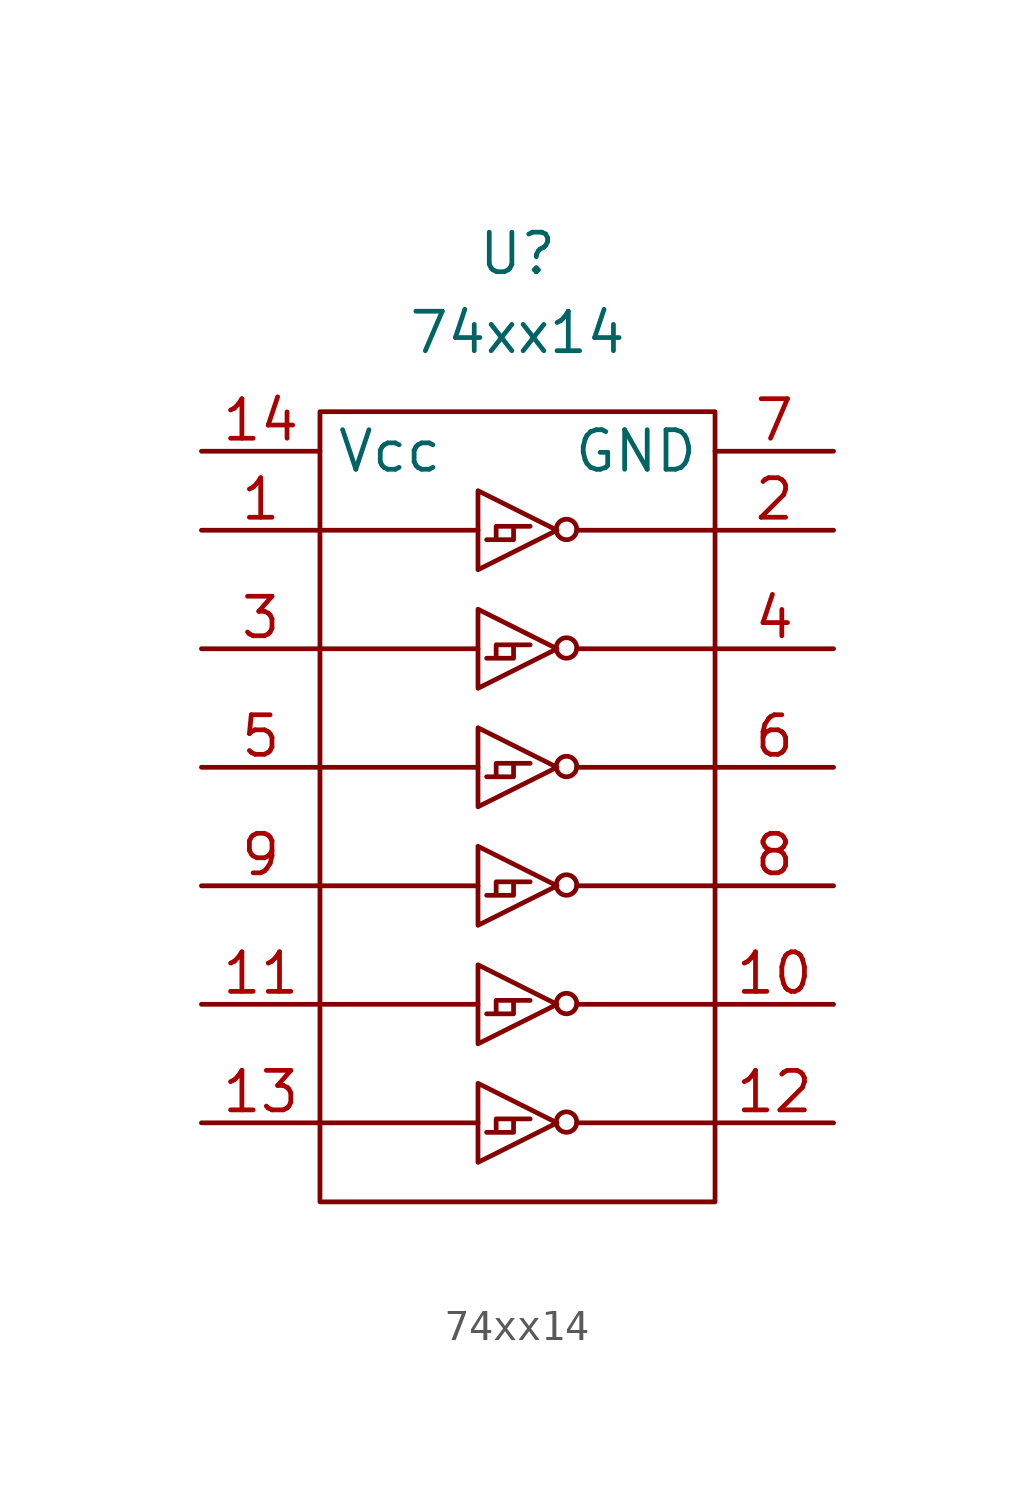
<source format=kicad_sym>
(kicad_symbol_lib
  (version 20211014)
  (generator kicad_symbol_editor)
  (symbol "74xx14"
    (property "Reference" "U"
      (at 0 25.4 0)
      (effects (font (size 1.27 1.27))))
    (property "Value" "74xx14"
      (at 0 22.86 0)
      (effects (font (size 1.27 1.27))))
    (symbol "74xx14_0_1"
      (rectangle (start -6.35 20.32) (end 6.35 -5.08) (stroke (width 0) (type default) (color 0 0 0 0)) (fill (type none)))
      (polyline (pts (xy -6.35 -2.54) (xy -1.27 -2.54)) (stroke (width 0) (type default) (color 0 0 0 0)) (fill (type none)))
      (polyline (pts (xy -6.35 1.27) (xy -1.27 1.27)) (stroke (width 0) (type default) (color 0 0 0 0)) (fill (type none)))
      (polyline (pts (xy -6.35 5.08) (xy -1.27 5.08)) (stroke (width 0) (type default) (color 0 0 0 0)) (fill (type none)))
      (polyline (pts (xy -6.35 8.89) (xy -1.27 8.89)) (stroke (width 0) (type default) (color 0 0 0 0)) (fill (type none)))
      (polyline (pts (xy -6.35 12.7) (xy -1.27 12.7)) (stroke (width 0) (type default) (color 0 0 0 0)) (fill (type none)))
      (polyline (pts (xy -6.35 16.51) (xy -1.27 16.51)) (stroke (width 0) (type default) (color 0 0 0 0)) (fill (type none)))
      (polyline (pts (xy 6.35 -2.54) (xy 1.905 -2.54)) (stroke (width 0) (type default) (color 0 0 0 0)) (fill (type none)))
      (polyline (pts (xy 6.35 1.27) (xy 1.905 1.27)) (stroke (width 0) (type default) (color 0 0 0 0)) (fill (type none)))
      (polyline (pts (xy 6.35 5.08) (xy 1.905 5.08)) (stroke (width 0) (type default) (color 0 0 0 0)) (fill (type none)))
      (polyline (pts (xy 6.35 8.89) (xy 1.905 8.89)) (stroke (width 0) (type default) (color 0 0 0 0)) (fill (type none)))
      (polyline (pts (xy 6.35 12.7) (xy 1.905 12.7)) (stroke (width 0) (type default) (color 0 0 0 0)) (fill (type none)))
      (polyline (pts (xy 6.35 16.51) (xy 1.905 16.51)) (stroke (width 0) (type default) (color 0 0 0 0)) (fill (type none)))
      (polyline (pts (xy -1.27 -1.27) (xy -1.27 -3.81) (xy 1.27 -2.54) (xy -1.27 -1.27)) (stroke (width 0) (type default) (color 0 0 0 0)) (fill (type none)))
      (polyline (pts (xy -1.27 2.54) (xy -1.27 0) (xy 1.27 1.27) (xy -1.27 2.54)) (stroke (width 0) (type default) (color 0 0 0 0)) (fill (type none)))
      (polyline (pts (xy -1.27 6.35) (xy -1.27 3.81) (xy 1.27 5.08) (xy -1.27 6.35)) (stroke (width 0) (type default) (color 0 0 0 0)) (fill (type none)))
      (polyline (pts (xy -1.27 10.16) (xy -1.27 7.62) (xy 1.27 8.89) (xy -1.27 10.16)) (stroke (width 0) (type default) (color 0 0 0 0)) (fill (type none)))
      (polyline (pts (xy -1.27 13.97) (xy -1.27 11.43) (xy 1.27 12.7) (xy -1.27 13.97)) (stroke (width 0) (type default) (color 0 0 0 0)) (fill (type none)))
      (polyline (pts (xy -1.27 17.78) (xy -1.27 15.24) (xy 1.27 16.51) (xy -1.27 17.78)) (stroke (width 0) (type default) (color 0 0 0 0)) (fill (type none)))
      (polyline (pts (xy -0.991 -2.845) (xy -0.127 -2.845) (xy -0.127 -2.413) (xy 0.406 -2.413) (xy -0.686 -2.413) (xy -0.686 -2.845)) (stroke (width 0) (type default) (color 0 0 0 0)) (fill (type none)))
      (polyline (pts (xy -0.991 0.965) (xy -0.127 0.965) (xy -0.127 1.397) (xy 0.406 1.397) (xy -0.686 1.397) (xy -0.686 0.965)) (stroke (width 0) (type default) (color 0 0 0 0)) (fill (type none)))
      (polyline (pts (xy -0.991 4.775) (xy -0.127 4.775) (xy -0.127 5.207) (xy 0.406 5.207) (xy -0.686 5.207) (xy -0.686 4.775)) (stroke (width 0) (type default) (color 0 0 0 0)) (fill (type none)))
      (polyline (pts (xy -0.991 8.585) (xy -0.127 8.585) (xy -0.127 9.017) (xy 0.406 9.017) (xy -0.686 9.017) (xy -0.686 8.585)) (stroke (width 0) (type default) (color 0 0 0 0)) (fill (type none)))
      (polyline (pts (xy -0.991 12.395) (xy -0.127 12.395) (xy -0.127 12.827) (xy 0.406 12.827) (xy -0.686 12.827) (xy -0.686 12.395)) (stroke (width 0) (type default) (color 0 0 0 0)) (fill (type none)))
      (polyline (pts (xy -0.991 16.205) (xy -0.127 16.205) (xy -0.127 16.637) (xy 0.406 16.637) (xy -0.686 16.637) (xy -0.686 16.205)) (stroke (width 0) (type default) (color 0 0 0 0)) (fill (type none)))
      (circle (center 1.575 -2.515) (radius 0.33) (stroke (width 0) (type default) (color 0 0 0 0)) (fill (type none)))
      (circle (center 1.575 1.295) (radius 0.33) (stroke (width 0) (type default) (color 0 0 0 0)) (fill (type none)))
      (circle (center 1.575 5.105) (radius 0.33) (stroke (width 0) (type default) (color 0 0 0 0)) (fill (type none)))
      (circle (center 1.575 8.915) (radius 0.33) (stroke (width 0) (type default) (color 0 0 0 0)) (fill (type none)))
      (circle (center 1.575 12.725) (radius 0.33) (stroke (width 0) (type default) (color 0 0 0 0)) (fill (type none)))
      (circle (center 1.575 16.535) (radius 0.33) (stroke (width 0) (type default) (color 0 0 0 0)) (fill (type none))))
    (symbol "74xx14_1_1"
      (pin input line (at -10.16 16.51 0) (length 3.81) (name "" (effects (font (size 1.27 1.27)))) (number "1" (effects (font (size 1.27 1.27)))))
      (pin output line (at 10.16 1.27 180) (length 3.81) (name "" (effects (font (size 1.27 1.27)))) (number "10" (effects (font (size 1.27 1.27)))))
      (pin input line (at -10.16 1.27 0) (length 3.81) (name "" (effects (font (size 1.27 1.27)))) (number "11" (effects (font (size 1.27 1.27)))))
      (pin output line (at 10.16 -2.54 180) (length 3.81) (name "" (effects (font (size 1.27 1.27)))) (number "12" (effects (font (size 1.27 1.27)))))
      (pin input line (at -10.16 -2.54 0) (length 3.81) (name "" (effects (font (size 1.27 1.27)))) (number "13" (effects (font (size 1.27 1.27)))))
      (pin input line (at -10.16 19.05 0) (length 3.81) (name "Vcc" (effects (font (size 1.27 1.27)))) (number "14" (effects (font (size 1.27 1.27)))))
      (pin output line (at 10.16 16.51 180) (length 3.81) (name "" (effects (font (size 1.27 1.27)))) (number "2" (effects (font (size 1.27 1.27)))))
      (pin input line (at -10.16 12.7 0) (length 3.81) (name "" (effects (font (size 1.27 1.27)))) (number "3" (effects (font (size 1.27 1.27)))))
      (pin output line (at 10.16 12.7 180) (length 3.81) (name "" (effects (font (size 1.27 1.27)))) (number "4" (effects (font (size 1.27 1.27)))))
      (pin input line (at -10.16 8.89 0) (length 3.81) (name "" (effects (font (size 1.27 1.27)))) (number "5" (effects (font (size 1.27 1.27)))))
      (pin output line (at 10.16 8.89 180) (length 3.81) (name "" (effects (font (size 1.27 1.27)))) (number "6" (effects (font (size 1.27 1.27)))))
      (pin output line (at 10.16 19.05 180) (length 3.81) (name "GND" (effects (font (size 1.27 1.27)))) (number "7" (effects (font (size 1.27 1.27)))))
      (pin output line (at 10.16 5.08 180) (length 3.81) (name "" (effects (font (size 1.27 1.27)))) (number "8" (effects (font (size 1.27 1.27)))))
      (pin input line (at -10.16 5.08 0) (length 3.81) (name "" (effects (font (size 1.27 1.27)))) (number "9" (effects (font (size 1.27 1.27))))))))
</source>
